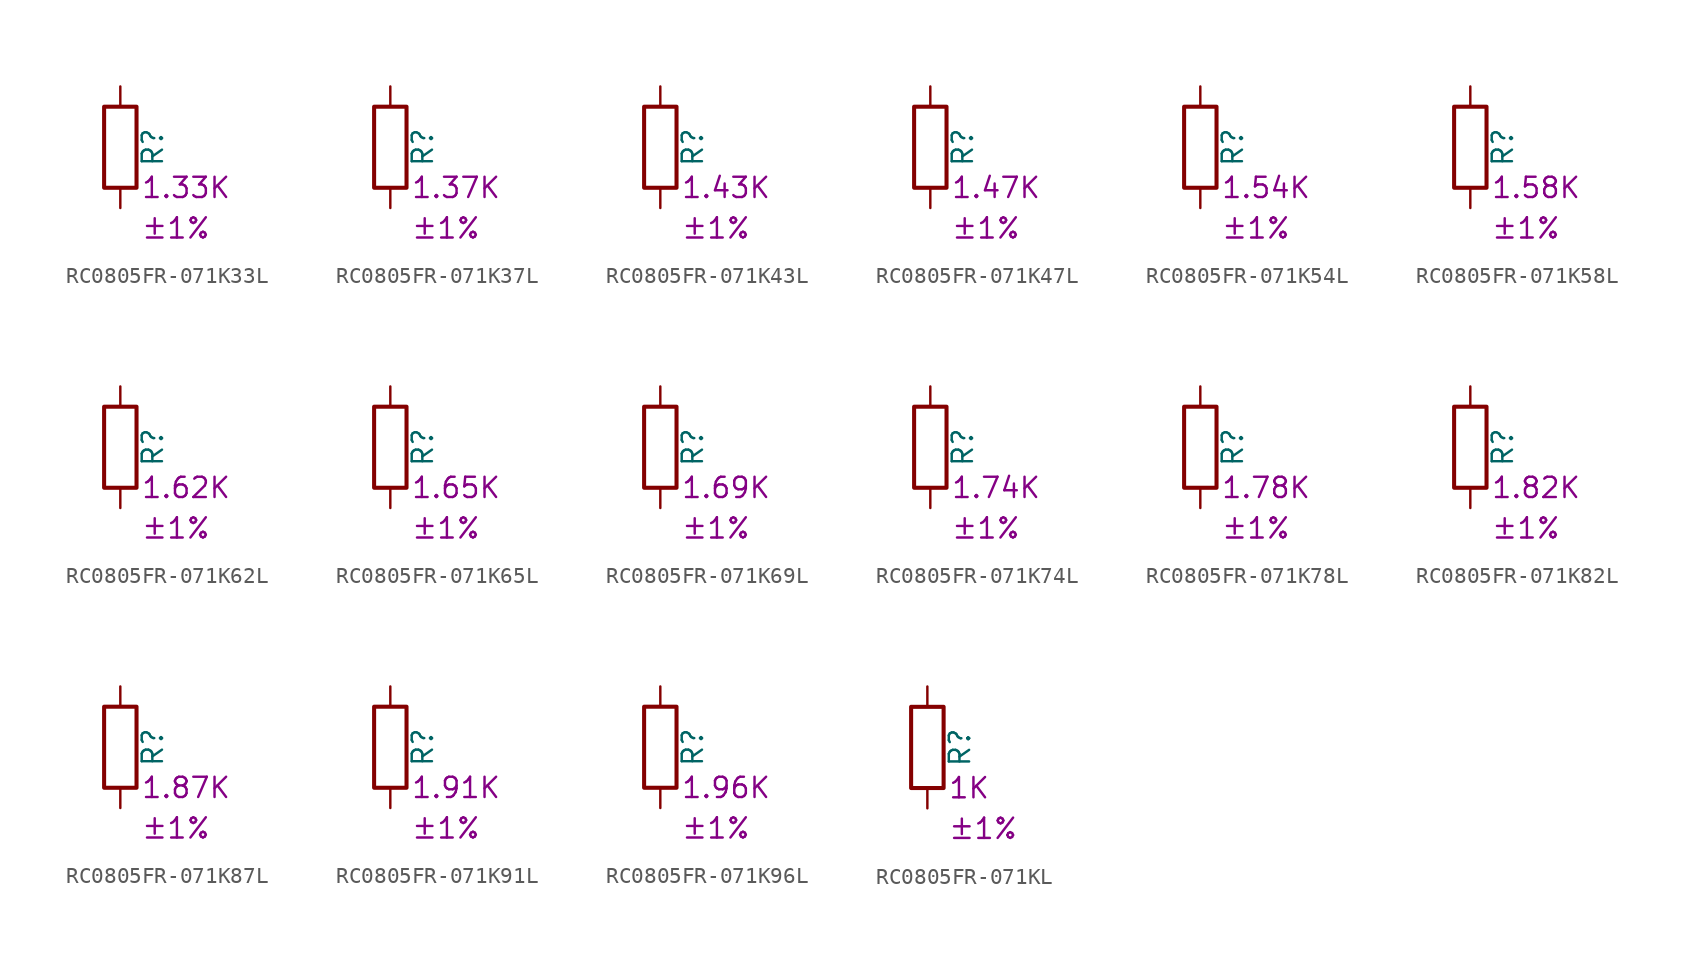
<source format=kicad_sym>
(kicad_symbol_lib
  (version 20220914)
  (generator kicad_symbol_editor)
  (symbol "RC0805FR-071K33L"
    (pin_numbers hide)
    (pin_names
      (offset 0))
    (property "Reference" "R"
      (at 2.032 0 90)
      (effects (font (size 1.27 1.27))))
    (property "Resistance" "1.33K"
      (at 1.27 -2.54 0)
      (effects (font (size 1.27 1.27)) (justify left)))
    (property "Tolerance" "±1%"
      (at 1.27 -5.08 0)
      (effects (font (size 1.27 1.27)) (justify left)))
    (symbol "RC0805FR-071K33L_0_1"
      (rectangle (start -1.016 -2.54) (end 1.016 2.54) (stroke (width 0.254) (type default)) (fill (type none))))
    (symbol "RC0805FR-071K33L_1_1"
      (pin passive line (at 0 3.81 270) (length 1.27) (name "~" (effects (font (size 1.27 1.27)))) (number "1" (effects (font (size 1.27 1.27)))))
      (pin passive line (at 0 -3.81 90) (length 1.27) (name "~" (effects (font (size 1.27 1.27)))) (number "2" (effects (font (size 1.27 1.27)))))))
  (symbol "RC0805FR-071K37L"
    (pin_numbers hide)
    (pin_names
      (offset 0))
    (property "Reference" "R"
      (at 2.032 0 90)
      (effects (font (size 1.27 1.27))))
    (property "Resistance" "1.37K"
      (at 1.27 -2.54 0)
      (effects (font (size 1.27 1.27)) (justify left)))
    (property "Tolerance" "±1%"
      (at 1.27 -5.08 0)
      (effects (font (size 1.27 1.27)) (justify left)))
    (symbol "RC0805FR-071K37L_0_1"
      (rectangle (start -1.016 -2.54) (end 1.016 2.54) (stroke (width 0.254) (type default)) (fill (type none))))
    (symbol "RC0805FR-071K37L_1_1"
      (pin passive line (at 0 3.81 270) (length 1.27) (name "~" (effects (font (size 1.27 1.27)))) (number "1" (effects (font (size 1.27 1.27)))))
      (pin passive line (at 0 -3.81 90) (length 1.27) (name "~" (effects (font (size 1.27 1.27)))) (number "2" (effects (font (size 1.27 1.27)))))))
  (symbol "RC0805FR-071K43L"
    (pin_numbers hide)
    (pin_names
      (offset 0))
    (property "Reference" "R"
      (at 2.032 0 90)
      (effects (font (size 1.27 1.27))))
    (property "Resistance" "1.43K"
      (at 1.27 -2.54 0)
      (effects (font (size 1.27 1.27)) (justify left)))
    (property "Tolerance" "±1%"
      (at 1.27 -5.08 0)
      (effects (font (size 1.27 1.27)) (justify left)))
    (symbol "RC0805FR-071K43L_0_1"
      (rectangle (start -1.016 -2.54) (end 1.016 2.54) (stroke (width 0.254) (type default)) (fill (type none))))
    (symbol "RC0805FR-071K43L_1_1"
      (pin passive line (at 0 3.81 270) (length 1.27) (name "~" (effects (font (size 1.27 1.27)))) (number "1" (effects (font (size 1.27 1.27)))))
      (pin passive line (at 0 -3.81 90) (length 1.27) (name "~" (effects (font (size 1.27 1.27)))) (number "2" (effects (font (size 1.27 1.27)))))))
  (symbol "RC0805FR-071K47L"
    (pin_numbers hide)
    (pin_names
      (offset 0))
    (property "Reference" "R"
      (at 2.032 0 90)
      (effects (font (size 1.27 1.27))))
    (property "Resistance" "1.47K"
      (at 1.27 -2.54 0)
      (effects (font (size 1.27 1.27)) (justify left)))
    (property "Tolerance" "±1%"
      (at 1.27 -5.08 0)
      (effects (font (size 1.27 1.27)) (justify left)))
    (symbol "RC0805FR-071K47L_0_1"
      (rectangle (start -1.016 -2.54) (end 1.016 2.54) (stroke (width 0.254) (type default)) (fill (type none))))
    (symbol "RC0805FR-071K47L_1_1"
      (pin passive line (at 0 3.81 270) (length 1.27) (name "~" (effects (font (size 1.27 1.27)))) (number "1" (effects (font (size 1.27 1.27)))))
      (pin passive line (at 0 -3.81 90) (length 1.27) (name "~" (effects (font (size 1.27 1.27)))) (number "2" (effects (font (size 1.27 1.27)))))))
  (symbol "RC0805FR-071K54L"
    (pin_numbers hide)
    (pin_names
      (offset 0))
    (property "Reference" "R"
      (at 2.032 0 90)
      (effects (font (size 1.27 1.27))))
    (property "Resistance" "1.54K"
      (at 1.27 -2.54 0)
      (effects (font (size 1.27 1.27)) (justify left)))
    (property "Tolerance" "±1%"
      (at 1.27 -5.08 0)
      (effects (font (size 1.27 1.27)) (justify left)))
    (symbol "RC0805FR-071K54L_0_1"
      (rectangle (start -1.016 -2.54) (end 1.016 2.54) (stroke (width 0.254) (type default)) (fill (type none))))
    (symbol "RC0805FR-071K54L_1_1"
      (pin passive line (at 0 3.81 270) (length 1.27) (name "~" (effects (font (size 1.27 1.27)))) (number "1" (effects (font (size 1.27 1.27)))))
      (pin passive line (at 0 -3.81 90) (length 1.27) (name "~" (effects (font (size 1.27 1.27)))) (number "2" (effects (font (size 1.27 1.27)))))))
  (symbol "RC0805FR-071K58L"
    (pin_numbers hide)
    (pin_names
      (offset 0))
    (property "Reference" "R"
      (at 2.032 0 90)
      (effects (font (size 1.27 1.27))))
    (property "Resistance" "1.58K"
      (at 1.27 -2.54 0)
      (effects (font (size 1.27 1.27)) (justify left)))
    (property "Tolerance" "±1%"
      (at 1.27 -5.08 0)
      (effects (font (size 1.27 1.27)) (justify left)))
    (symbol "RC0805FR-071K58L_0_1"
      (rectangle (start -1.016 -2.54) (end 1.016 2.54) (stroke (width 0.254) (type default)) (fill (type none))))
    (symbol "RC0805FR-071K58L_1_1"
      (pin passive line (at 0 3.81 270) (length 1.27) (name "~" (effects (font (size 1.27 1.27)))) (number "1" (effects (font (size 1.27 1.27)))))
      (pin passive line (at 0 -3.81 90) (length 1.27) (name "~" (effects (font (size 1.27 1.27)))) (number "2" (effects (font (size 1.27 1.27)))))))
  (symbol "RC0805FR-071K62L"
    (pin_numbers hide)
    (pin_names
      (offset 0))
    (property "Reference" "R"
      (at 2.032 0 90)
      (effects (font (size 1.27 1.27))))
    (property "Resistance" "1.62K"
      (at 1.27 -2.54 0)
      (effects (font (size 1.27 1.27)) (justify left)))
    (property "Tolerance" "±1%"
      (at 1.27 -5.08 0)
      (effects (font (size 1.27 1.27)) (justify left)))
    (symbol "RC0805FR-071K62L_0_1"
      (rectangle (start -1.016 -2.54) (end 1.016 2.54) (stroke (width 0.254) (type default)) (fill (type none))))
    (symbol "RC0805FR-071K62L_1_1"
      (pin passive line (at 0 3.81 270) (length 1.27) (name "~" (effects (font (size 1.27 1.27)))) (number "1" (effects (font (size 1.27 1.27)))))
      (pin passive line (at 0 -3.81 90) (length 1.27) (name "~" (effects (font (size 1.27 1.27)))) (number "2" (effects (font (size 1.27 1.27)))))))
  (symbol "RC0805FR-071K65L"
    (pin_numbers hide)
    (pin_names
      (offset 0))
    (property "Reference" "R"
      (at 2.032 0 90)
      (effects (font (size 1.27 1.27))))
    (property "Resistance" "1.65K"
      (at 1.27 -2.54 0)
      (effects (font (size 1.27 1.27)) (justify left)))
    (property "Tolerance" "±1%"
      (at 1.27 -5.08 0)
      (effects (font (size 1.27 1.27)) (justify left)))
    (symbol "RC0805FR-071K65L_0_1"
      (rectangle (start -1.016 -2.54) (end 1.016 2.54) (stroke (width 0.254) (type default)) (fill (type none))))
    (symbol "RC0805FR-071K65L_1_1"
      (pin passive line (at 0 3.81 270) (length 1.27) (name "~" (effects (font (size 1.27 1.27)))) (number "1" (effects (font (size 1.27 1.27)))))
      (pin passive line (at 0 -3.81 90) (length 1.27) (name "~" (effects (font (size 1.27 1.27)))) (number "2" (effects (font (size 1.27 1.27)))))))
  (symbol "RC0805FR-071K69L"
    (pin_numbers hide)
    (pin_names
      (offset 0))
    (property "Reference" "R"
      (at 2.032 0 90)
      (effects (font (size 1.27 1.27))))
    (property "Resistance" "1.69K"
      (at 1.27 -2.54 0)
      (effects (font (size 1.27 1.27)) (justify left)))
    (property "Tolerance" "±1%"
      (at 1.27 -5.08 0)
      (effects (font (size 1.27 1.27)) (justify left)))
    (symbol "RC0805FR-071K69L_0_1"
      (rectangle (start -1.016 -2.54) (end 1.016 2.54) (stroke (width 0.254) (type default)) (fill (type none))))
    (symbol "RC0805FR-071K69L_1_1"
      (pin passive line (at 0 3.81 270) (length 1.27) (name "~" (effects (font (size 1.27 1.27)))) (number "1" (effects (font (size 1.27 1.27)))))
      (pin passive line (at 0 -3.81 90) (length 1.27) (name "~" (effects (font (size 1.27 1.27)))) (number "2" (effects (font (size 1.27 1.27)))))))
  (symbol "RC0805FR-071K74L"
    (pin_numbers hide)
    (pin_names
      (offset 0))
    (property "Reference" "R"
      (at 2.032 0 90)
      (effects (font (size 1.27 1.27))))
    (property "Resistance" "1.74K"
      (at 1.27 -2.54 0)
      (effects (font (size 1.27 1.27)) (justify left)))
    (property "Tolerance" "±1%"
      (at 1.27 -5.08 0)
      (effects (font (size 1.27 1.27)) (justify left)))
    (symbol "RC0805FR-071K74L_0_1"
      (rectangle (start -1.016 -2.54) (end 1.016 2.54) (stroke (width 0.254) (type default)) (fill (type none))))
    (symbol "RC0805FR-071K74L_1_1"
      (pin passive line (at 0 3.81 270) (length 1.27) (name "~" (effects (font (size 1.27 1.27)))) (number "1" (effects (font (size 1.27 1.27)))))
      (pin passive line (at 0 -3.81 90) (length 1.27) (name "~" (effects (font (size 1.27 1.27)))) (number "2" (effects (font (size 1.27 1.27)))))))
  (symbol "RC0805FR-071K78L"
    (pin_numbers hide)
    (pin_names
      (offset 0))
    (property "Reference" "R"
      (at 2.032 0 90)
      (effects (font (size 1.27 1.27))))
    (property "Resistance" "1.78K"
      (at 1.27 -2.54 0)
      (effects (font (size 1.27 1.27)) (justify left)))
    (property "Tolerance" "±1%"
      (at 1.27 -5.08 0)
      (effects (font (size 1.27 1.27)) (justify left)))
    (symbol "RC0805FR-071K78L_0_1"
      (rectangle (start -1.016 -2.54) (end 1.016 2.54) (stroke (width 0.254) (type default)) (fill (type none))))
    (symbol "RC0805FR-071K78L_1_1"
      (pin passive line (at 0 3.81 270) (length 1.27) (name "~" (effects (font (size 1.27 1.27)))) (number "1" (effects (font (size 1.27 1.27)))))
      (pin passive line (at 0 -3.81 90) (length 1.27) (name "~" (effects (font (size 1.27 1.27)))) (number "2" (effects (font (size 1.27 1.27)))))))
  (symbol "RC0805FR-071K82L"
    (pin_numbers hide)
    (pin_names
      (offset 0))
    (property "Reference" "R"
      (at 2.032 0 90)
      (effects (font (size 1.27 1.27))))
    (property "Resistance" "1.82K"
      (at 1.27 -2.54 0)
      (effects (font (size 1.27 1.27)) (justify left)))
    (property "Tolerance" "±1%"
      (at 1.27 -5.08 0)
      (effects (font (size 1.27 1.27)) (justify left)))
    (symbol "RC0805FR-071K82L_0_1"
      (rectangle (start -1.016 -2.54) (end 1.016 2.54) (stroke (width 0.254) (type default)) (fill (type none))))
    (symbol "RC0805FR-071K82L_1_1"
      (pin passive line (at 0 3.81 270) (length 1.27) (name "~" (effects (font (size 1.27 1.27)))) (number "1" (effects (font (size 1.27 1.27)))))
      (pin passive line (at 0 -3.81 90) (length 1.27) (name "~" (effects (font (size 1.27 1.27)))) (number "2" (effects (font (size 1.27 1.27)))))))
  (symbol "RC0805FR-071K87L"
    (pin_numbers hide)
    (pin_names
      (offset 0))
    (property "Reference" "R"
      (at 2.032 0 90)
      (effects (font (size 1.27 1.27))))
    (property "Resistance" "1.87K"
      (at 1.27 -2.54 0)
      (effects (font (size 1.27 1.27)) (justify left)))
    (property "Tolerance" "±1%"
      (at 1.27 -5.08 0)
      (effects (font (size 1.27 1.27)) (justify left)))
    (symbol "RC0805FR-071K87L_0_1"
      (rectangle (start -1.016 -2.54) (end 1.016 2.54) (stroke (width 0.254) (type default)) (fill (type none))))
    (symbol "RC0805FR-071K87L_1_1"
      (pin passive line (at 0 3.81 270) (length 1.27) (name "~" (effects (font (size 1.27 1.27)))) (number "1" (effects (font (size 1.27 1.27)))))
      (pin passive line (at 0 -3.81 90) (length 1.27) (name "~" (effects (font (size 1.27 1.27)))) (number "2" (effects (font (size 1.27 1.27)))))))
  (symbol "RC0805FR-071K91L"
    (pin_numbers hide)
    (pin_names
      (offset 0))
    (property "Reference" "R"
      (at 2.032 0 90)
      (effects (font (size 1.27 1.27))))
    (property "Resistance" "1.91K"
      (at 1.27 -2.54 0)
      (effects (font (size 1.27 1.27)) (justify left)))
    (property "Tolerance" "±1%"
      (at 1.27 -5.08 0)
      (effects (font (size 1.27 1.27)) (justify left)))
    (symbol "RC0805FR-071K91L_0_1"
      (rectangle (start -1.016 -2.54) (end 1.016 2.54) (stroke (width 0.254) (type default)) (fill (type none))))
    (symbol "RC0805FR-071K91L_1_1"
      (pin passive line (at 0 3.81 270) (length 1.27) (name "~" (effects (font (size 1.27 1.27)))) (number "1" (effects (font (size 1.27 1.27)))))
      (pin passive line (at 0 -3.81 90) (length 1.27) (name "~" (effects (font (size 1.27 1.27)))) (number "2" (effects (font (size 1.27 1.27)))))))
  (symbol "RC0805FR-071K96L"
    (pin_numbers hide)
    (pin_names
      (offset 0))
    (property "Reference" "R"
      (at 2.032 0 90)
      (effects (font (size 1.27 1.27))))
    (property "Resistance" "1.96K"
      (at 1.27 -2.54 0)
      (effects (font (size 1.27 1.27)) (justify left)))
    (property "Tolerance" "±1%"
      (at 1.27 -5.08 0)
      (effects (font (size 1.27 1.27)) (justify left)))
    (symbol "RC0805FR-071K96L_0_1"
      (rectangle (start -1.016 -2.54) (end 1.016 2.54) (stroke (width 0.254) (type default)) (fill (type none))))
    (symbol "RC0805FR-071K96L_1_1"
      (pin passive line (at 0 3.81 270) (length 1.27) (name "~" (effects (font (size 1.27 1.27)))) (number "1" (effects (font (size 1.27 1.27)))))
      (pin passive line (at 0 -3.81 90) (length 1.27) (name "~" (effects (font (size 1.27 1.27)))) (number "2" (effects (font (size 1.27 1.27)))))))
  (symbol "RC0805FR-071KL"
    (pin_numbers hide)
    (pin_names
      (offset 0))
    (property "Reference" "R"
      (at 2.032 0 90)
      (effects (font (size 1.27 1.27))))
    (property "Resistance" "1K"
      (at 1.27 -2.54 0)
      (effects (font (size 1.27 1.27)) (justify left)))
    (property "Tolerance" "±1%"
      (at 1.27 -5.08 0)
      (effects (font (size 1.27 1.27)) (justify left)))
    (symbol "RC0805FR-071KL_0_1"
      (rectangle (start -1.016 -2.54) (end 1.016 2.54) (stroke (width 0.254) (type default)) (fill (type none))))
    (symbol "RC0805FR-071KL_1_1"
      (pin passive line (at 0 3.81 270) (length 1.27) (name "~" (effects (font (size 1.27 1.27)))) (number "1" (effects (font (size 1.27 1.27)))))
      (pin passive line (at 0 -3.81 90) (length 1.27) (name "~" (effects (font (size 1.27 1.27)))) (number "2" (effects (font (size 1.27 1.27))))))))
</source>
